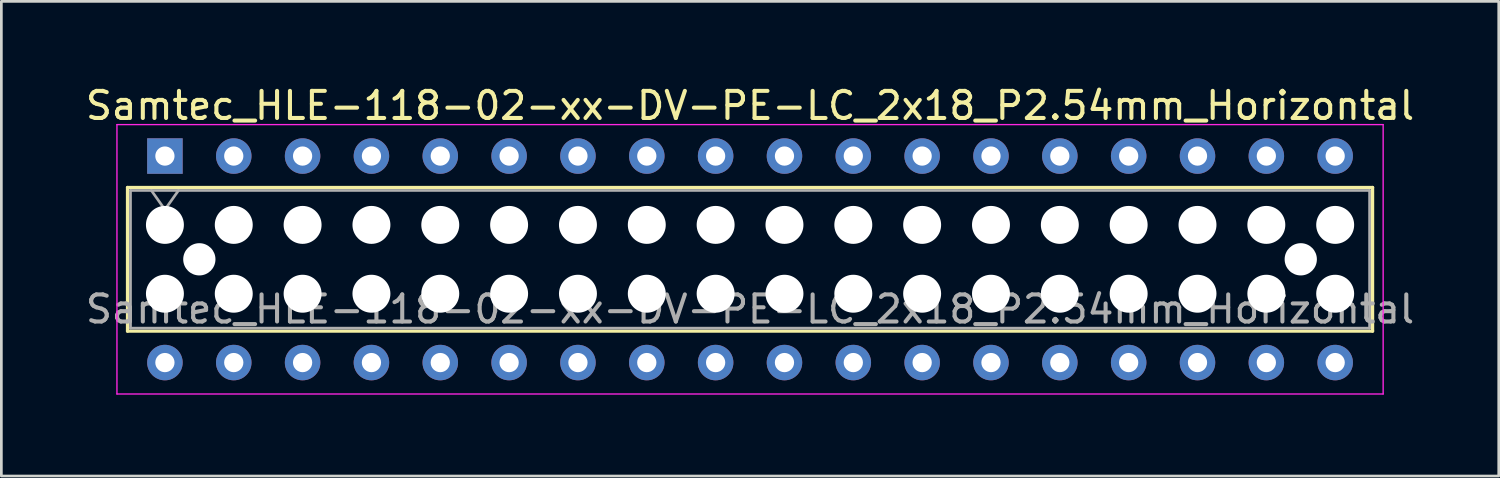
<source format=kicad_pcb>
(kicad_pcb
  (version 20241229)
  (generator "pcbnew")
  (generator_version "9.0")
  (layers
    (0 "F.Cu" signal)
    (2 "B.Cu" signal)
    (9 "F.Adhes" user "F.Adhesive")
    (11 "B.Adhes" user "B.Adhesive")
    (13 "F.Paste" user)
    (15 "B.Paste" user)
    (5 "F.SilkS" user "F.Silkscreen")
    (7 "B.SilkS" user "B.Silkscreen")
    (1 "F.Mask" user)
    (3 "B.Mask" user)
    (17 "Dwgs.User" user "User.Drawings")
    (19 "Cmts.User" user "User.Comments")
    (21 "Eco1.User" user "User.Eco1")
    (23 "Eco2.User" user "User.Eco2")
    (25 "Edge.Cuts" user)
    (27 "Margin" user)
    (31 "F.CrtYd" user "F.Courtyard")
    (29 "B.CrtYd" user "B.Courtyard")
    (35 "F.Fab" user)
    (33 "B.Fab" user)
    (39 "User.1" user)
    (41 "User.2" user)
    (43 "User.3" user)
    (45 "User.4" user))
  (footprint "Samtec_HLE-118-02-xx-DV-PE-LC_2x18_P2.54mm_Horizontal"
    (layer "F.Cu")
    (at 3.035 2.708)
    (property "Reference" "Samtec_HLE-118-02-xx-DV-PE-LC_2x18_P2.54mm_Horizontal" (at 21.59 -1.86 0) (layer "F.SilkS") (effects (font (size 1 1) (thickness 0.15))))
    (attr through_hole)
    (fp_line (start -1.38 1.16) (end 44.56 1.16) (stroke (width 0.12) (type solid)) (layer "F.SilkS"))
    (fp_line (start -1.38 6.46) (end -1.38 1.16) (stroke (width 0.12) (type solid)) (layer "F.SilkS"))
    (fp_line (start 44.56 1.16) (end 44.56 6.46) (stroke (width 0.12) (type solid)) (layer "F.SilkS"))
    (fp_line (start 44.56 6.46) (end -1.38 6.46) (stroke (width 0.12) (type solid)) (layer "F.SilkS"))
    (fp_line (start -1.77 -1.16) (end 44.95 -1.16) (stroke (width 0.05) (type solid)) (layer "F.CrtYd"))
    (fp_line (start -1.77 8.78) (end -1.77 -1.16) (stroke (width 0.05) (type solid)) (layer "F.CrtYd"))
    (fp_line (start 44.95 -1.16) (end 44.95 8.78) (stroke (width 0.05) (type solid)) (layer "F.CrtYd"))
    (fp_line (start 44.95 8.78) (end -1.77 8.78) (stroke (width 0.05) (type solid)) (layer "F.CrtYd"))
    (fp_line (start -1.27 1.27) (end 44.45 1.27) (stroke (width 0.1) (type solid)) (layer "F.Fab"))
    (fp_line (start -1.27 6.35) (end -1.27 1.27) (stroke (width 0.1) (type solid)) (layer "F.Fab"))
    (fp_line (start -0.5 1.27) (end 0 1.977) (stroke (width 0.1) (type solid)) (layer "F.Fab"))
    (fp_line (start 0 1.977) (end 0.5 1.27) (stroke (width 0.1) (type solid)) (layer "F.Fab"))
    (fp_line (start 44.45 1.27) (end 44.45 6.35) (stroke (width 0.1) (type solid)) (layer "F.Fab"))
    (fp_line (start 44.45 6.35) (end -1.27 6.35) (stroke (width 0.1) (type solid)) (layer "F.Fab"))
    (fp_text user "${REFERENCE}" (at 21.59 5.65 0) (layer "F.Fab") (effects (font (size 1 1) (thickness 0.15))))
    (pad "" np_thru_hole circle (at 0 2.54) (size 1.4 1.4) (drill 1.4) (layers "*.Cu" "*.Mask"))
    (pad "" np_thru_hole circle (at 0 5.08) (size 1.4 1.4) (drill 1.4) (layers "*.Cu" "*.Mask"))
    (pad "" np_thru_hole circle (at 1.27 3.81) (size 1.19 1.19) (drill 1.19) (layers "*.Cu" "*.Mask"))
    (pad "" np_thru_hole circle (at 2.54 2.54) (size 1.4 1.4) (drill 1.4) (layers "*.Cu" "*.Mask"))
    (pad "" np_thru_hole circle (at 2.54 5.08) (size 1.4 1.4) (drill 1.4) (layers "*.Cu" "*.Mask"))
    (pad "" np_thru_hole circle (at 5.08 2.54) (size 1.4 1.4) (drill 1.4) (layers "*.Cu" "*.Mask"))
    (pad "" np_thru_hole circle (at 5.08 5.08) (size 1.4 1.4) (drill 1.4) (layers "*.Cu" "*.Mask"))
    (pad "" np_thru_hole circle (at 7.62 2.54) (size 1.4 1.4) (drill 1.4) (layers "*.Cu" "*.Mask"))
    (pad "" np_thru_hole circle (at 7.62 5.08) (size 1.4 1.4) (drill 1.4) (layers "*.Cu" "*.Mask"))
    (pad "" np_thru_hole circle (at 10.16 2.54) (size 1.4 1.4) (drill 1.4) (layers "*.Cu" "*.Mask"))
    (pad "" np_thru_hole circle (at 10.16 5.08) (size 1.4 1.4) (drill 1.4) (layers "*.Cu" "*.Mask"))
    (pad "" np_thru_hole circle (at 12.7 2.54) (size 1.4 1.4) (drill 1.4) (layers "*.Cu" "*.Mask"))
    (pad "" np_thru_hole circle (at 12.7 5.08) (size 1.4 1.4) (drill 1.4) (layers "*.Cu" "*.Mask"))
    (pad "" np_thru_hole circle (at 15.24 2.54) (size 1.4 1.4) (drill 1.4) (layers "*.Cu" "*.Mask"))
    (pad "" np_thru_hole circle (at 15.24 5.08) (size 1.4 1.4) (drill 1.4) (layers "*.Cu" "*.Mask"))
    (pad "" np_thru_hole circle (at 17.78 2.54) (size 1.4 1.4) (drill 1.4) (layers "*.Cu" "*.Mask"))
    (pad "" np_thru_hole circle (at 17.78 5.08) (size 1.4 1.4) (drill 1.4) (layers "*.Cu" "*.Mask"))
    (pad "" np_thru_hole circle (at 20.32 2.54) (size 1.4 1.4) (drill 1.4) (layers "*.Cu" "*.Mask"))
    (pad "" np_thru_hole circle (at 20.32 5.08) (size 1.4 1.4) (drill 1.4) (layers "*.Cu" "*.Mask"))
    (pad "" np_thru_hole circle (at 22.86 2.54) (size 1.4 1.4) (drill 1.4) (layers "*.Cu" "*.Mask"))
    (pad "" np_thru_hole circle (at 22.86 5.08) (size 1.4 1.4) (drill 1.4) (layers "*.Cu" "*.Mask"))
    (pad "" np_thru_hole circle (at 25.4 2.54) (size 1.4 1.4) (drill 1.4) (layers "*.Cu" "*.Mask"))
    (pad "" np_thru_hole circle (at 25.4 5.08) (size 1.4 1.4) (drill 1.4) (layers "*.Cu" "*.Mask"))
    (pad "" np_thru_hole circle (at 27.94 2.54) (size 1.4 1.4) (drill 1.4) (layers "*.Cu" "*.Mask"))
    (pad "" np_thru_hole circle (at 27.94 5.08) (size 1.4 1.4) (drill 1.4) (layers "*.Cu" "*.Mask"))
    (pad "" np_thru_hole circle (at 30.48 2.54) (size 1.4 1.4) (drill 1.4) (layers "*.Cu" "*.Mask"))
    (pad "" np_thru_hole circle (at 30.48 5.08) (size 1.4 1.4) (drill 1.4) (layers "*.Cu" "*.Mask"))
    (pad "" np_thru_hole circle (at 33.02 2.54) (size 1.4 1.4) (drill 1.4) (layers "*.Cu" "*.Mask"))
    (pad "" np_thru_hole circle (at 33.02 5.08) (size 1.4 1.4) (drill 1.4) (layers "*.Cu" "*.Mask"))
    (pad "" np_thru_hole circle (at 35.56 2.54) (size 1.4 1.4) (drill 1.4) (layers "*.Cu" "*.Mask"))
    (pad "" np_thru_hole circle (at 35.56 5.08) (size 1.4 1.4) (drill 1.4) (layers "*.Cu" "*.Mask"))
    (pad "" np_thru_hole circle (at 38.1 2.54) (size 1.4 1.4) (drill 1.4) (layers "*.Cu" "*.Mask"))
    (pad "" np_thru_hole circle (at 38.1 5.08) (size 1.4 1.4) (drill 1.4) (layers "*.Cu" "*.Mask"))
    (pad "" np_thru_hole circle (at 40.64 2.54) (size 1.4 1.4) (drill 1.4) (layers "*.Cu" "*.Mask"))
    (pad "" np_thru_hole circle (at 40.64 5.08) (size 1.4 1.4) (drill 1.4) (layers "*.Cu" "*.Mask"))
    (pad "" np_thru_hole circle (at 41.91 3.81) (size 1.19 1.19) (drill 1.19) (layers "*.Cu" "*.Mask"))
    (pad "" np_thru_hole circle (at 43.18 2.54) (size 1.4 1.4) (drill 1.4) (layers "*.Cu" "*.Mask"))
    (pad "" np_thru_hole circle (at 43.18 5.08) (size 1.4 1.4) (drill 1.4) (layers "*.Cu" "*.Mask"))
    (pad "1" thru_hole rect (at 0 0) (size 1.31 1.31) (drill 0.71) (layers "*.Cu" "*.Mask"))
    (pad "2" thru_hole circle (at 0 7.62) (size 1.31 1.31) (drill 0.71) (layers "*.Cu" "*.Mask"))
    (pad "3" thru_hole circle (at 2.54 0) (size 1.31 1.31) (drill 0.71) (layers "*.Cu" "*.Mask"))
    (pad "4" thru_hole circle (at 2.54 7.62) (size 1.31 1.31) (drill 0.71) (layers "*.Cu" "*.Mask"))
    (pad "5" thru_hole circle (at 5.08 0) (size 1.31 1.31) (drill 0.71) (layers "*.Cu" "*.Mask"))
    (pad "6" thru_hole circle (at 5.08 7.62) (size 1.31 1.31) (drill 0.71) (layers "*.Cu" "*.Mask"))
    (pad "7" thru_hole circle (at 7.62 0) (size 1.31 1.31) (drill 0.71) (layers "*.Cu" "*.Mask"))
    (pad "8" thru_hole circle (at 7.62 7.62) (size 1.31 1.31) (drill 0.71) (layers "*.Cu" "*.Mask"))
    (pad "9" thru_hole circle (at 10.16 0) (size 1.31 1.31) (drill 0.71) (layers "*.Cu" "*.Mask"))
    (pad "10" thru_hole circle (at 10.16 7.62) (size 1.31 1.31) (drill 0.71) (layers "*.Cu" "*.Mask"))
    (pad "11" thru_hole circle (at 12.7 0) (size 1.31 1.31) (drill 0.71) (layers "*.Cu" "*.Mask"))
    (pad "12" thru_hole circle (at 12.7 7.62) (size 1.31 1.31) (drill 0.71) (layers "*.Cu" "*.Mask"))
    (pad "13" thru_hole circle (at 15.24 0) (size 1.31 1.31) (drill 0.71) (layers "*.Cu" "*.Mask"))
    (pad "14" thru_hole circle (at 15.24 7.62) (size 1.31 1.31) (drill 0.71) (layers "*.Cu" "*.Mask"))
    (pad "15" thru_hole circle (at 17.78 0) (size 1.31 1.31) (drill 0.71) (layers "*.Cu" "*.Mask"))
    (pad "16" thru_hole circle (at 17.78 7.62) (size 1.31 1.31) (drill 0.71) (layers "*.Cu" "*.Mask"))
    (pad "17" thru_hole circle (at 20.32 0) (size 1.31 1.31) (drill 0.71) (layers "*.Cu" "*.Mask"))
    (pad "18" thru_hole circle (at 20.32 7.62) (size 1.31 1.31) (drill 0.71) (layers "*.Cu" "*.Mask"))
    (pad "19" thru_hole circle (at 22.86 0) (size 1.31 1.31) (drill 0.71) (layers "*.Cu" "*.Mask"))
    (pad "20" thru_hole circle (at 22.86 7.62) (size 1.31 1.31) (drill 0.71) (layers "*.Cu" "*.Mask"))
    (pad "21" thru_hole circle (at 25.4 0) (size 1.31 1.31) (drill 0.71) (layers "*.Cu" "*.Mask"))
    (pad "22" thru_hole circle (at 25.4 7.62) (size 1.31 1.31) (drill 0.71) (layers "*.Cu" "*.Mask"))
    (pad "23" thru_hole circle (at 27.94 0) (size 1.31 1.31) (drill 0.71) (layers "*.Cu" "*.Mask"))
    (pad "24" thru_hole circle (at 27.94 7.62) (size 1.31 1.31) (drill 0.71) (layers "*.Cu" "*.Mask"))
    (pad "25" thru_hole circle (at 30.48 0) (size 1.31 1.31) (drill 0.71) (layers "*.Cu" "*.Mask"))
    (pad "26" thru_hole circle (at 30.48 7.62) (size 1.31 1.31) (drill 0.71) (layers "*.Cu" "*.Mask"))
    (pad "27" thru_hole circle (at 33.02 0) (size 1.31 1.31) (drill 0.71) (layers "*.Cu" "*.Mask"))
    (pad "28" thru_hole circle (at 33.02 7.62) (size 1.31 1.31) (drill 0.71) (layers "*.Cu" "*.Mask"))
    (pad "29" thru_hole circle (at 35.56 0) (size 1.31 1.31) (drill 0.71) (layers "*.Cu" "*.Mask"))
    (pad "30" thru_hole circle (at 35.56 7.62) (size 1.31 1.31) (drill 0.71) (layers "*.Cu" "*.Mask"))
    (pad "31" thru_hole circle (at 38.1 0) (size 1.31 1.31) (drill 0.71) (layers "*.Cu" "*.Mask"))
    (pad "32" thru_hole circle (at 38.1 7.62) (size 1.31 1.31) (drill 0.71) (layers "*.Cu" "*.Mask"))
    (pad "33" thru_hole circle (at 40.64 0) (size 1.31 1.31) (drill 0.71) (layers "*.Cu" "*.Mask"))
    (pad "34" thru_hole circle (at 40.64 7.62) (size 1.31 1.31) (drill 0.71) (layers "*.Cu" "*.Mask"))
    (pad "35" thru_hole circle (at 43.18 0) (size 1.31 1.31) (drill 0.71) (layers "*.Cu" "*.Mask"))
    (pad "36" thru_hole circle (at 43.18 7.62) (size 1.31 1.31) (drill 0.71) (layers "*.Cu" "*.Mask")))
  (gr_rect
    (start -3 -3)
    (end 52.25 14.513)
    (stroke (width 0.1) (type default))
    (fill no)
    (layer "Edge.Cuts")))
</source>
